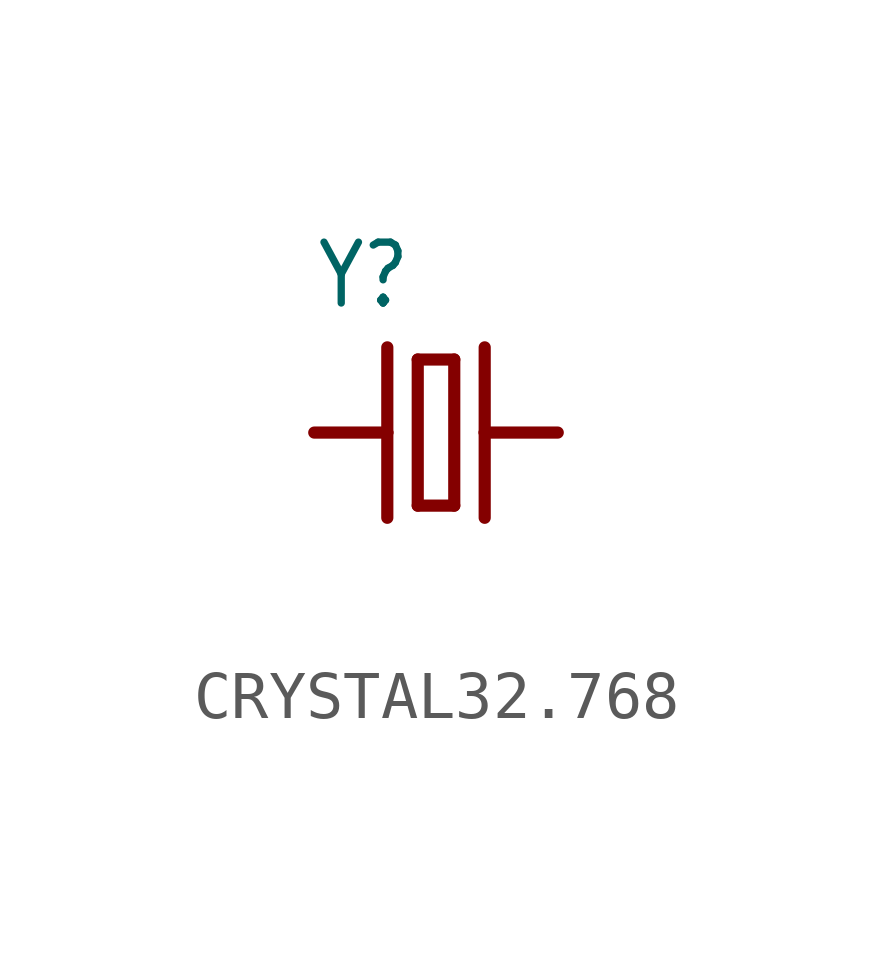
<source format=kicad_sym>
(kicad_symbol_lib
  (version 20220914)
  (generator kicad_symbol_editor)
  (symbol "CRYSTAL32.768"
    (property "Reference" "Y"
      (at -2.54 2.54 0)
      (effects (font (size 1.27 1.079)) (justify left bottom)))
    (property "Value" ""
      (at -2.54 -3.81 0)
      (effects (font (size 1.27 1.079)) (justify left bottom)))
    (property "ki_locked" ""
      (at 0 0 0)
      (effects (font (size 1.27 1.27))))
    (symbol "CRYSTAL32.768_1_0"
      (polyline (pts (xy -2.54 0) (xy -1.016 0)) (stroke (width 0.254) (type solid)) (fill (type none)))
      (polyline (pts (xy -1.016 0) (xy -1.016 -1.778)) (stroke (width 0.254) (type solid)) (fill (type none)))
      (polyline (pts (xy -1.016 1.778) (xy -1.016 0)) (stroke (width 0.254) (type solid)) (fill (type none)))
      (polyline (pts (xy -0.381 -1.524) (xy 0.381 -1.524)) (stroke (width 0.254) (type solid)) (fill (type none)))
      (polyline (pts (xy -0.381 1.524) (xy -0.381 -1.524)) (stroke (width 0.254) (type solid)) (fill (type none)))
      (polyline (pts (xy 0.381 -1.524) (xy 0.381 1.524)) (stroke (width 0.254) (type solid)) (fill (type none)))
      (polyline (pts (xy 0.381 1.524) (xy -0.381 1.524)) (stroke (width 0.254) (type solid)) (fill (type none)))
      (polyline (pts (xy 1.016 0) (xy 1.016 -1.778)) (stroke (width 0.254) (type solid)) (fill (type none)))
      (polyline (pts (xy 1.016 1.778) (xy 1.016 0)) (stroke (width 0.254) (type solid)) (fill (type none)))
      (polyline (pts (xy 2.54 0) (xy 1.016 0)) (stroke (width 0.254) (type solid)) (fill (type none)))
      (pin passive line (at -2.54 0 0) (length 0) (name "1" (effects (font (size 0 0)))) (number "1" (effects (font (size 0 0)))))
      (pin passive line (at 2.54 0 180) (length 0) (name "2" (effects (font (size 0 0)))) (number "2" (effects (font (size 0 0))))))))
</source>
